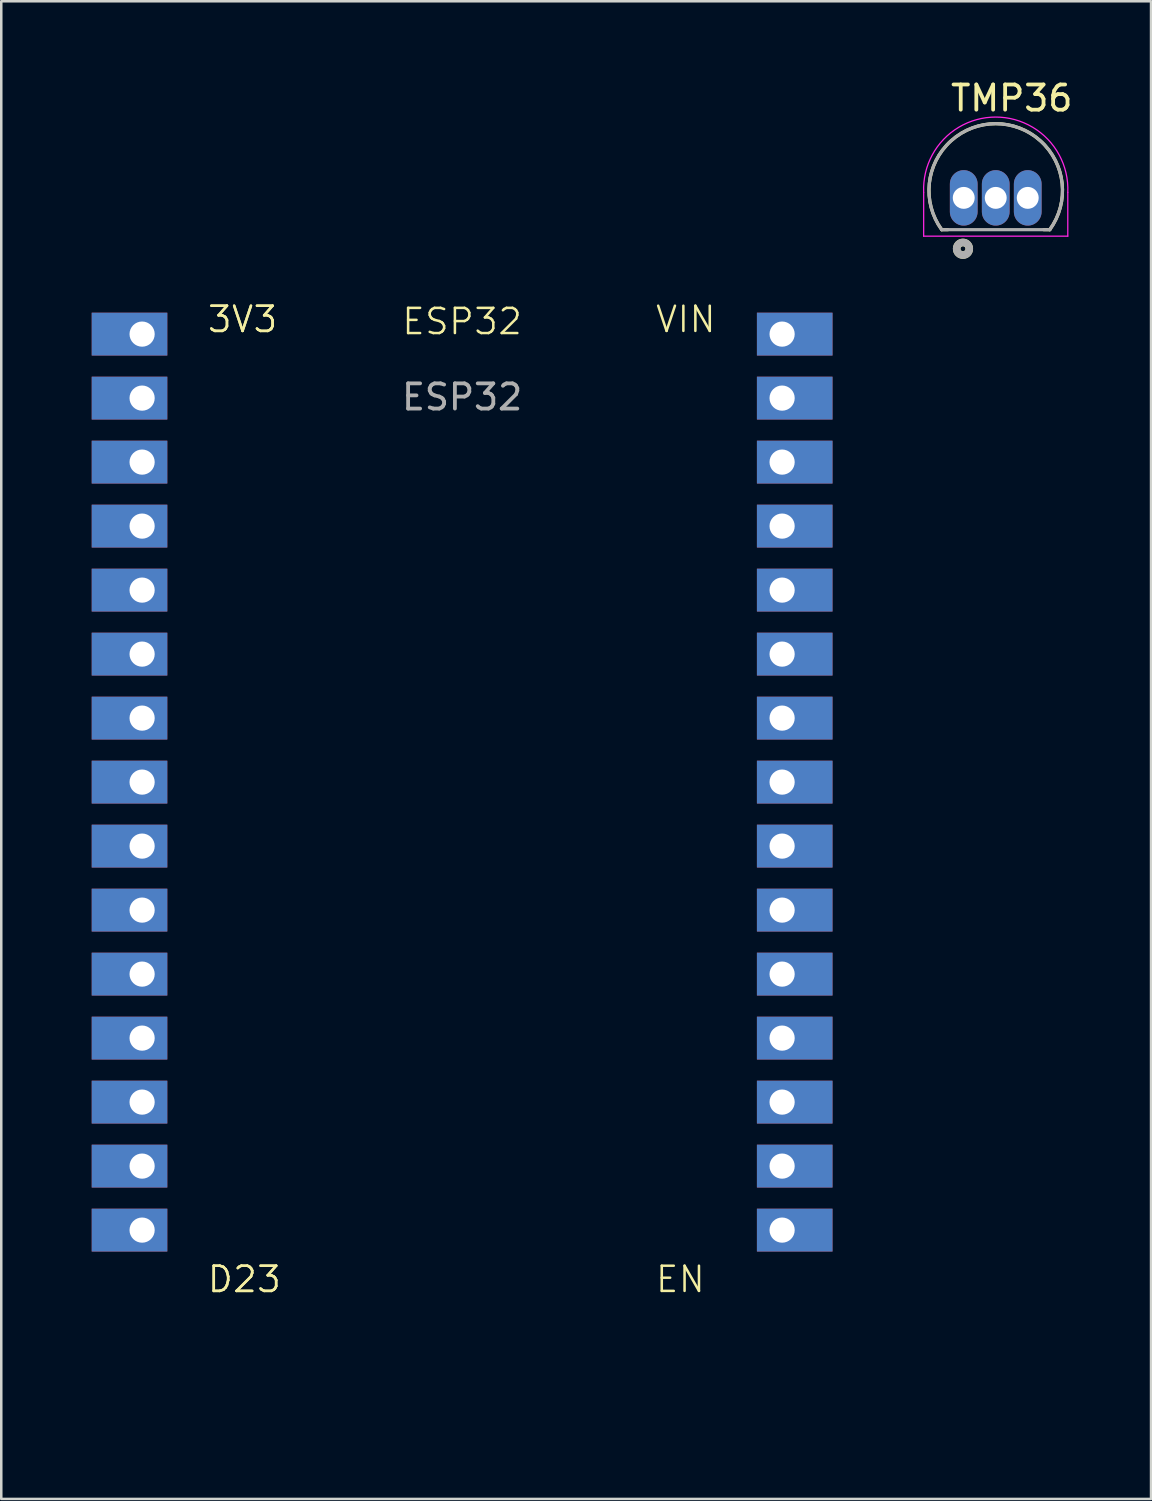
<source format=kicad_pcb>
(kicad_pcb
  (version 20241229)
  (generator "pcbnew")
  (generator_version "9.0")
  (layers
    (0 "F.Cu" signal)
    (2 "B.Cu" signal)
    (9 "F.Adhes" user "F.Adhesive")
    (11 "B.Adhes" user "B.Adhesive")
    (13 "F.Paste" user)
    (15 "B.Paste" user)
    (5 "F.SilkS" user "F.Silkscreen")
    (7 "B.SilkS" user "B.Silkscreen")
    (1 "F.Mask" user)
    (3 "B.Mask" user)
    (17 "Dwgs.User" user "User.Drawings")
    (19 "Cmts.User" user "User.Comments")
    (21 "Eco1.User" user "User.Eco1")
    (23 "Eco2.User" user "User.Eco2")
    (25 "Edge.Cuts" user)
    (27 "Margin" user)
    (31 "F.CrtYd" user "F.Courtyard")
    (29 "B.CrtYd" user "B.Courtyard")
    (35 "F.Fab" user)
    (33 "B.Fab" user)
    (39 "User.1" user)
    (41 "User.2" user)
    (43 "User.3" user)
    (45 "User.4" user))
  (footprint "ESP32"
    (layer "F.Cu")
    (at 15.29 10.21)
    (property "Reference" "ESP32" (at 0 -0.5 0) (unlocked yes) (layer "F.SilkS") (effects (font (size 1 1) (thickness 0.1))))
    (attr through_hole)
    (fp_rect (start -15.24 -10.16) (end 15.24 43.18) (stroke (width 0.1) (type default)) (fill no) (layer "Margin"))
    (fp_rect (start -15.24 -10.16) (end 15.24 43.18) (stroke (width 0.1) (type default)) (fill no) (layer "Margin"))
    (fp_text user "3V3" (at -10.16 0 0) (unlocked yes) (layer "F.SilkS") (effects (font (size 1 1) (thickness 0.1)) (justify left bottom)))
    (fp_text user "D23" (at -10.16 38.1 0) (unlocked yes) (layer "F.SilkS") (effects (font (size 1 1) (thickness 0.1)) (justify left bottom)))
    (fp_text user "3V3" (at -10.16 0 0) (unlocked yes) (layer "F.SilkS") (effects (font (size 1 1) (thickness 0.1)) (justify left bottom)))
    (fp_text user "EN" (at 7.62 38.1 0) (unlocked yes) (layer "F.SilkS") (effects (font (size 1 1) (thickness 0.1)) (justify left bottom)))
    (fp_text user "D23" (at -10.16 38.1 0) (unlocked yes) (layer "F.SilkS") (effects (font (size 1 1) (thickness 0.1)) (justify left bottom)))
    (fp_text user "VIN" (at 7.62 0 0) (unlocked yes) (layer "F.SilkS") (effects (font (size 1 1) (thickness 0.1)) (justify left bottom)))
    (fp_text user "${REFERENCE}" (at 0 2.5 0) (unlocked yes) (layer "F.Fab") (effects (font (size 1 1) (thickness 0.15))))
    (pad "1" thru_hole rect (at -12.7 0) (size 3 1.7) (drill 1 (offset -0.5 0)) (layers "*.Cu" "*.Mask"))
    (pad "2" thru_hole rect (at -12.7 2.54) (size 3 1.7) (drill 1 (offset -0.5 0)) (layers "*.Cu" "*.Mask"))
    (pad "3" thru_hole rect (at -12.7 5.08) (size 3 1.7) (drill 1 (offset -0.5 0)) (layers "*.Cu" "*.Mask"))
    (pad "4" thru_hole rect (at -12.7 7.62) (size 3 1.7) (drill 1 (offset -0.5 0)) (layers "*.Cu" "*.Mask"))
    (pad "5" thru_hole rect (at -12.7 10.16) (size 3 1.7) (drill 1 (offset -0.5 0)) (layers "*.Cu" "*.Mask"))
    (pad "6" thru_hole rect (at -12.7 12.7) (size 3 1.7) (drill 1 (offset -0.5 0)) (layers "*.Cu" "*.Mask"))
    (pad "7" thru_hole rect (at -12.7 15.24) (size 3 1.7) (drill 1 (offset -0.5 0)) (layers "*.Cu" "*.Mask"))
    (pad "8" thru_hole rect (at -12.7 17.78) (size 3 1.7) (drill 1 (offset -0.5 0)) (layers "*.Cu" "*.Mask"))
    (pad "9" thru_hole rect (at -12.7 20.32) (size 3 1.7) (drill 1 (offset -0.5 0)) (layers "*.Cu" "*.Mask"))
    (pad "10" thru_hole rect (at -12.7 22.86) (size 3 1.7) (drill 1 (offset -0.5 0)) (layers "*.Cu" "*.Mask"))
    (pad "11" thru_hole rect (at -12.7 25.4) (size 3 1.7) (drill 1 (offset -0.5 0)) (layers "*.Cu" "*.Mask"))
    (pad "12" thru_hole rect (at -12.7 27.94) (size 3 1.7) (drill 1 (offset -0.5 0)) (layers "*.Cu" "*.Mask"))
    (pad "13" thru_hole rect (at -12.7 30.48) (size 3 1.7) (drill 1 (offset -0.5 0)) (layers "*.Cu" "*.Mask"))
    (pad "14" thru_hole rect (at -12.7 33.02) (size 3 1.7) (drill 1 (offset -0.5 0)) (layers "*.Cu" "*.Mask"))
    (pad "15" thru_hole rect (at -12.7 35.56) (size 3 1.7) (drill 1 (offset -0.5 0)) (layers "*.Cu" "*.Mask"))
    (pad "16" thru_hole rect (at 12.7 35.56) (size 3 1.7) (drill 1 (offset 0.5 0)) (layers "*.Cu" "*.Mask"))
    (pad "17" thru_hole rect (at 12.7 33.02) (size 3 1.7) (drill 1 (offset 0.5 0)) (layers "*.Cu" "*.Mask"))
    (pad "18" thru_hole rect (at 12.7 30.48) (size 3 1.7) (drill 1 (offset 0.5 0)) (layers "*.Cu" "*.Mask"))
    (pad "19" thru_hole rect (at 12.7 27.94) (size 3 1.7) (drill 1 (offset 0.5 0)) (layers "*.Cu" "*.Mask"))
    (pad "20" thru_hole rect (at 12.7 25.4) (size 3 1.7) (drill 1 (offset 0.5 0)) (layers "*.Cu" "*.Mask"))
    (pad "21" thru_hole rect (at 12.7 22.86) (size 3 1.7) (drill 1 (offset 0.5 0)) (layers "*.Cu" "*.Mask"))
    (pad "22" thru_hole rect (at 12.7 20.32) (size 3 1.7) (drill 1 (offset 0.5 0)) (layers "*.Cu" "*.Mask"))
    (pad "23" thru_hole rect (at 12.7 17.78) (size 3 1.7) (drill 1 (offset 0.5 0)) (layers "*.Cu" "*.Mask"))
    (pad "24" thru_hole rect (at 12.7 15.24) (size 3 1.7) (drill 1 (offset 0.5 0)) (layers "*.Cu" "*.Mask"))
    (pad "25" thru_hole rect (at 12.7 12.7) (size 3 1.7) (drill 1 (offset 0.5 0)) (layers "*.Cu" "*.Mask"))
    (pad "26" thru_hole rect (at 12.7 10.16) (size 3 1.7) (drill 1 (offset 0.5 0)) (layers "*.Cu" "*.Mask"))
    (pad "27" thru_hole rect (at 12.7 7.62) (size 3 1.7) (drill 1 (offset 0.5 0)) (layers "*.Cu" "*.Mask"))
    (pad "28" thru_hole rect (at 12.7 5.08) (size 3 1.7) (drill 1 (offset 0.5 0)) (layers "*.Cu" "*.Mask"))
    (pad "29" thru_hole rect (at 12.7 2.54) (size 3 1.7) (drill 1 (offset 0.5 0)) (layers "*.Cu" "*.Mask"))
    (pad "30" thru_hole rect (at 12.7 0) (size 3 1.7) (drill 1 (offset 0.5 0)) (layers "*.Cu" "*.Mask")))
  (footprint "TMP36"
    (layer "F.Cu")
    (at 36.468 4.023)
    (property "Reference" "TMP36" (at 0.635 -3.175 0) (layer "F.SilkS") (effects (font (size 1 1) (thickness 0.15))))
    (attr through_hole)
    (fp_line (start -2.144 2.043) (end -1.9 2.043) (stroke (width 0.127) (type solid)) (layer "F.SilkS"))
    (fp_line (start 1.906 2.043) (end 2.144 2.043) (stroke (width 0.127) (type solid)) (layer "F.SilkS"))
    (fp_arc (start -2.144 2.043) (mid 0 -2.164837) (end 2.144 2.043) (stroke (width 0.127) (type solid)) (layer "F.SilkS"))
    (fp_circle (center -1.3 2.8) (end -1.2 2.8) (stroke (width 0.3) (type solid)) (fill no) (layer "F.SilkS"))
    (fp_line (start -2.86 2.3) (end -2.86 0.563) (stroke (width 0.05) (type solid)) (layer "F.CrtYd"))
    (fp_line (start -2.86 2.3) (end 2.86 2.3) (stroke (width 0.05) (type solid)) (layer "F.CrtYd"))
    (fp_line (start 2.86 2.3) (end 2.86 0.563) (stroke (width 0.05) (type solid)) (layer "F.CrtYd"))
    (fp_arc (start -2.86 0.560001) (mid 0 -2.427595) (end 2.86 0.56) (stroke (width 0.05) (type solid)) (layer "F.CrtYd"))
    (fp_line (start -2.144 2.043) (end 2.144 2.043) (stroke (width 0.127) (type solid)) (layer "F.Fab"))
    (fp_arc (start -2.144 2.043) (mid 0 -2.164837) (end 2.144 2.043) (stroke (width 0.127) (type solid)) (layer "F.Fab"))
    (fp_circle (center -1.3 2.8) (end -1.2 2.8) (stroke (width 0.3) (type solid)) (fill no) (layer "F.Fab"))
    (pad "1" thru_hole oval (at -1.27 0.78) (size 1.1 2.2) (drill 0.87) (layers "*.Cu" "*.Mask"))
    (pad "2" thru_hole oval (at 0 0.78) (size 1.1 2.2) (drill 0.87) (layers "*.Cu" "*.Mask"))
    (pad "3" thru_hole oval (at 1.27 0.78) (size 1.1 2.2) (drill 0.87) (layers "*.Cu" "*.Mask")))
  (gr_rect
    (start -3 -3)
    (end 42.632 56.44)
    (stroke (width 0.1) (type default))
    (fill no)
    (layer "Edge.Cuts")))
</source>
